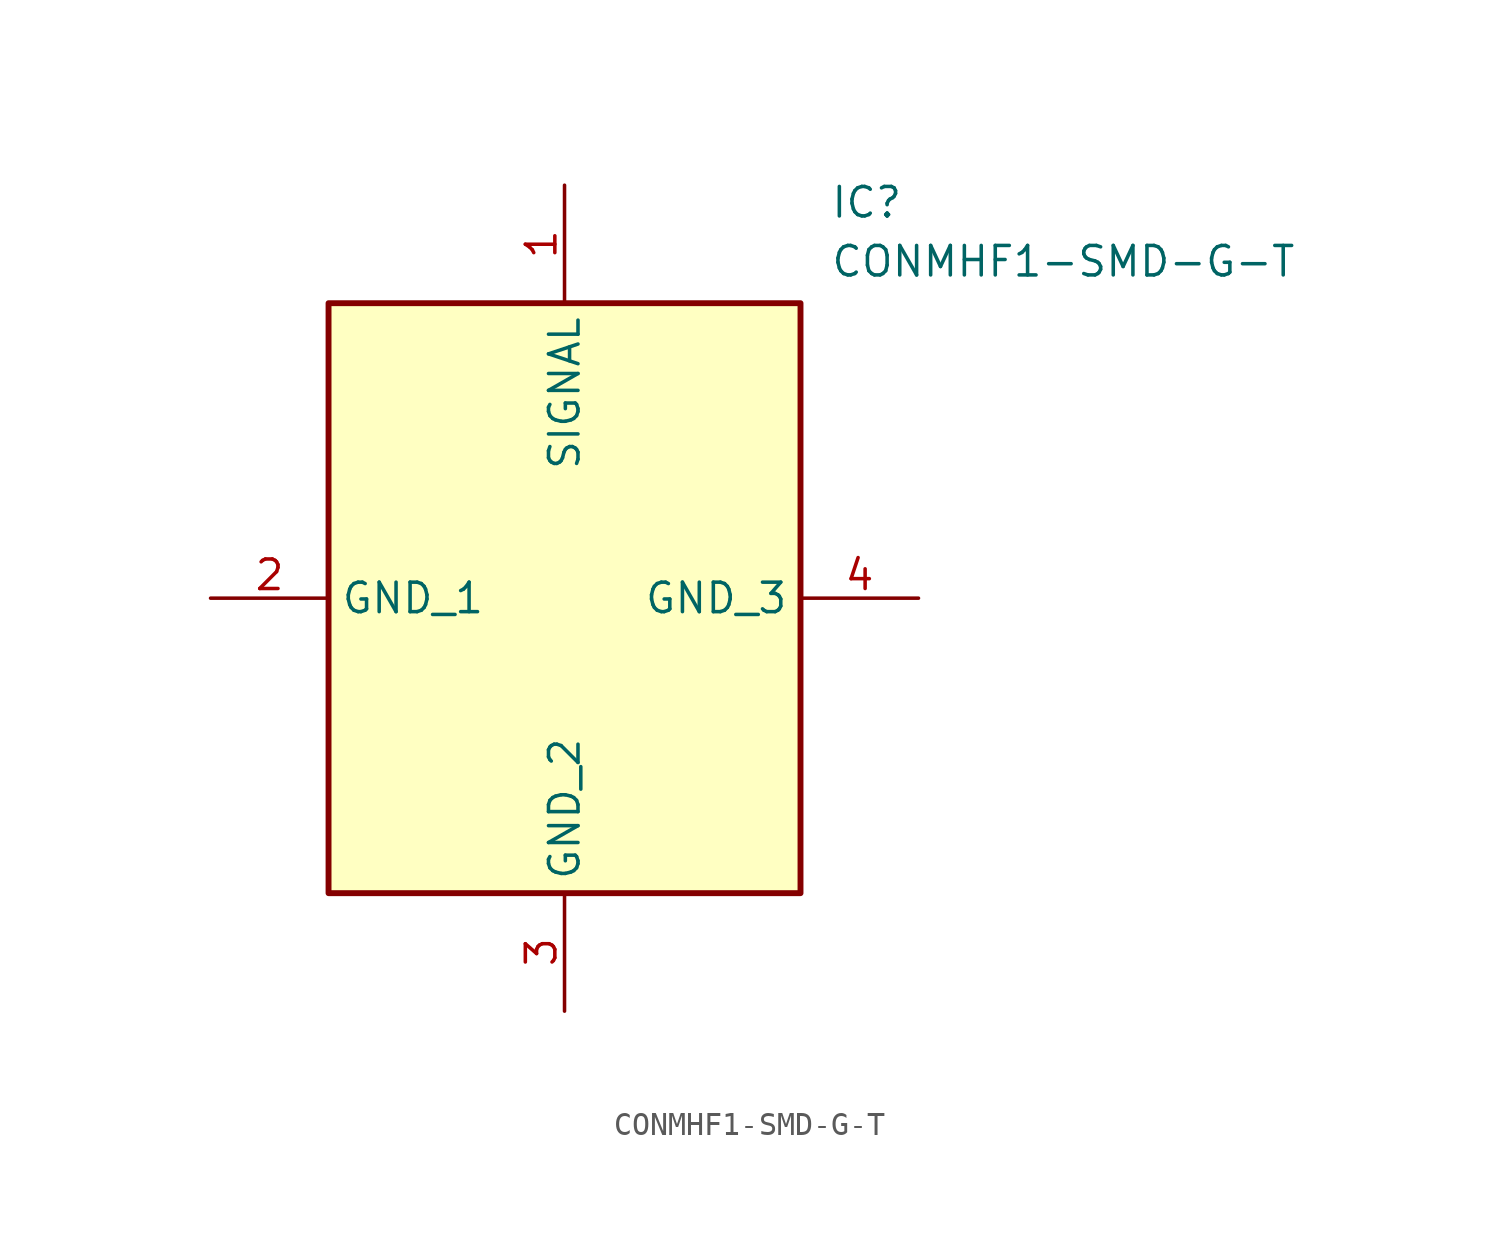
<source format=kicad_sym>
(kicad_symbol_lib
  (version 20211014)
  (generator SamacSys_ECAD_Model)
  (symbol "CONMHF1-SMD-G-T"
    (property "Reference" "IC"
      (at 26.67 17.78 0)
      (effects (font (size 1.27 1.27)) (justify left top)))
    (property "Value" "CONMHF1-SMD-G-T"
      (at 26.67 15.24 0)
      (effects (font (size 1.27 1.27)) (justify left top)))
    (rectangle
      (start 5.08 12.7)
      (end 25.4 -12.7)
      (stroke (width 0.254) (type default))
      (fill (type background)))
    (pin passive line
      (at 15.24 17.78 270)
      (length 5.08)
      (name "SIGNAL" (effects (font (size 1.27 1.27))))
      (number "1" (effects (font (size 1.27 1.27)))))
    (pin passive line
      (at 0 0 0)
      (length 5.08)
      (name "GND_1" (effects (font (size 1.27 1.27))))
      (number "2" (effects (font (size 1.27 1.27)))))
    (pin passive line
      (at 15.24 -17.78 90)
      (length 5.08)
      (name "GND_2" (effects (font (size 1.27 1.27))))
      (number "3" (effects (font (size 1.27 1.27)))))
    (pin passive line
      (at 30.48 0 180)
      (length 5.08)
      (name "GND_3" (effects (font (size 1.27 1.27))))
      (number "4" (effects (font (size 1.27 1.27)))))))
</source>
